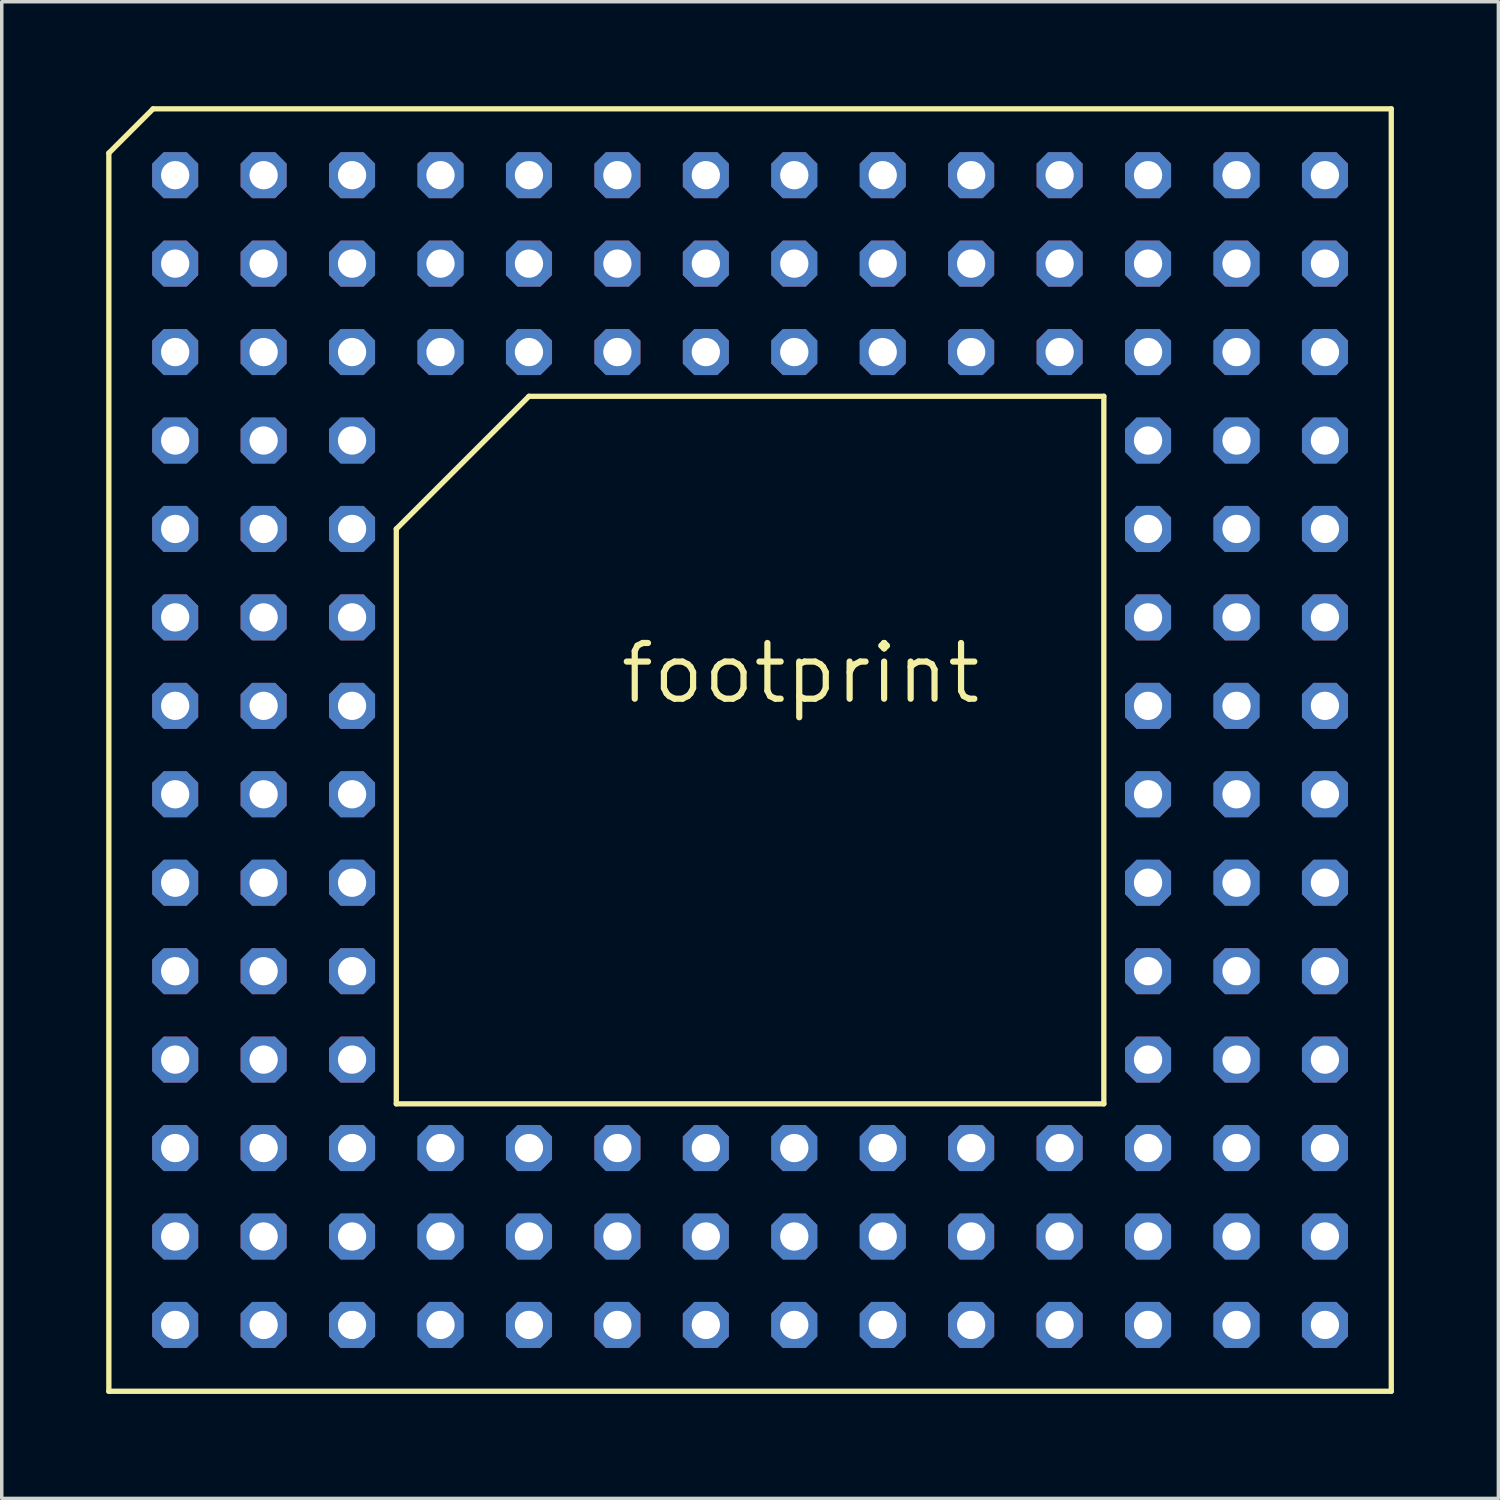
<source format=kicad_pcb>
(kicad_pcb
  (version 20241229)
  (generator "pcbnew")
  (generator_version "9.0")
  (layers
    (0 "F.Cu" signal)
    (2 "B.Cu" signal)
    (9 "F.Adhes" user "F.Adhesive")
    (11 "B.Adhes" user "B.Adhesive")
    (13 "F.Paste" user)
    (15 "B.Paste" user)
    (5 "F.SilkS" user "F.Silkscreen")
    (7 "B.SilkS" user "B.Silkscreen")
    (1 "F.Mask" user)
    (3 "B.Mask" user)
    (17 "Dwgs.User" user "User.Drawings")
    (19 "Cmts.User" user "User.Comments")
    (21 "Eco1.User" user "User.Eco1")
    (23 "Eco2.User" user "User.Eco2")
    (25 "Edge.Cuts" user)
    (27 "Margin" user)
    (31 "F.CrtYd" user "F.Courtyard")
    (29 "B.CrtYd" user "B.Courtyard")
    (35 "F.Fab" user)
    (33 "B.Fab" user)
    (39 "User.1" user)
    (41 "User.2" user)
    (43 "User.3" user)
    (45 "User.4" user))
  (footprint "footprint"
    (layer "F.Cu")
    (at 18.491 18.491)
    (property "Reference" "footprint" (at -3.81 -1.27 0) (layer "F.SilkS") (effects (font (size 1.6 1.6) (thickness 0.178)) (justify left bottom)))
    (fp_line (start -18.415 -17.145) (end -17.145 -18.415) (stroke (width 0.152) (type solid)) (layer "F.SilkS"))
    (fp_line (start -18.415 18.415) (end -18.415 -17.145) (stroke (width 0.152) (type solid)) (layer "F.SilkS"))
    (fp_line (start -17.145 -18.415) (end 18.415 -18.415) (stroke (width 0.152) (type solid)) (layer "F.SilkS"))
    (fp_line (start -10.16 -6.35) (end -10.16 10.16) (stroke (width 0.152) (type solid)) (layer "F.SilkS"))
    (fp_line (start -6.35 -10.16) (end -10.16 -6.35) (stroke (width 0.152) (type solid)) (layer "F.SilkS"))
    (fp_line (start 10.16 -10.16) (end -6.35 -10.16) (stroke (width 0.152) (type solid)) (layer "F.SilkS"))
    (fp_line (start 10.16 10.16) (end -10.16 10.16) (stroke (width 0.152) (type solid)) (layer "F.SilkS"))
    (fp_line (start 10.16 10.16) (end 10.16 -10.16) (stroke (width 0.152) (type solid)) (layer "F.SilkS"))
    (fp_line (start 18.415 -18.415) (end 18.415 18.415) (stroke (width 0.152) (type solid)) (layer "F.SilkS"))
    (fp_line (start 18.415 18.415) (end -18.415 18.415) (stroke (width 0.152) (type solid)) (layer "F.SilkS"))
    (pad "A01" thru_hole roundrect (at -16.51 -16.51 90) (size 1.321 1.321) (drill 0.813) (layers "*.Cu" "*.Mask") (roundrect_rratio 0.25) (chamfer_ratio 0.25) (chamfer top_left top_right bottom_left bottom_right))
    (pad "A02" thru_hole roundrect (at -13.97 -16.51 90) (size 1.321 1.321) (drill 0.813) (layers "*.Cu" "*.Mask") (roundrect_rratio 0.25) (chamfer_ratio 0.25) (chamfer top_left top_right bottom_left bottom_right))
    (pad "A03" thru_hole roundrect (at -11.43 -16.51 90) (size 1.321 1.321) (drill 0.813) (layers "*.Cu" "*.Mask") (roundrect_rratio 0.25) (chamfer_ratio 0.25) (chamfer top_left top_right bottom_left bottom_right))
    (pad "A04" thru_hole roundrect (at -8.89 -16.51 90) (size 1.321 1.321) (drill 0.813) (layers "*.Cu" "*.Mask") (roundrect_rratio 0.25) (chamfer_ratio 0.25) (chamfer top_left top_right bottom_left bottom_right))
    (pad "A05" thru_hole roundrect (at -6.35 -16.51 90) (size 1.321 1.321) (drill 0.813) (layers "*.Cu" "*.Mask") (roundrect_rratio 0.25) (chamfer_ratio 0.25) (chamfer top_left top_right bottom_left bottom_right))
    (pad "A06" thru_hole roundrect (at -3.81 -16.51 90) (size 1.321 1.321) (drill 0.813) (layers "*.Cu" "*.Mask") (roundrect_rratio 0.25) (chamfer_ratio 0.25) (chamfer top_left top_right bottom_left bottom_right))
    (pad "A07" thru_hole roundrect (at -1.27 -16.51 90) (size 1.321 1.321) (drill 0.813) (layers "*.Cu" "*.Mask") (roundrect_rratio 0.25) (chamfer_ratio 0.25) (chamfer top_left top_right bottom_left bottom_right))
    (pad "A08" thru_hole roundrect (at 1.27 -16.51 90) (size 1.321 1.321) (drill 0.813) (layers "*.Cu" "*.Mask") (roundrect_rratio 0.25) (chamfer_ratio 0.25) (chamfer top_left top_right bottom_left bottom_right))
    (pad "A09" thru_hole roundrect (at 3.81 -16.51 90) (size 1.321 1.321) (drill 0.813) (layers "*.Cu" "*.Mask") (roundrect_rratio 0.25) (chamfer_ratio 0.25) (chamfer top_left top_right bottom_left bottom_right))
    (pad "A10" thru_hole roundrect (at 6.35 -16.51 90) (size 1.321 1.321) (drill 0.813) (layers "*.Cu" "*.Mask") (roundrect_rratio 0.25) (chamfer_ratio 0.25) (chamfer top_left top_right bottom_left bottom_right))
    (pad "A11" thru_hole roundrect (at 8.89 -16.51 90) (size 1.321 1.321) (drill 0.813) (layers "*.Cu" "*.Mask") (roundrect_rratio 0.25) (chamfer_ratio 0.25) (chamfer top_left top_right bottom_left bottom_right))
    (pad "A12" thru_hole roundrect (at 11.43 -16.51 90) (size 1.321 1.321) (drill 0.813) (layers "*.Cu" "*.Mask") (roundrect_rratio 0.25) (chamfer_ratio 0.25) (chamfer top_left top_right bottom_left bottom_right))
    (pad "A13" thru_hole roundrect (at 13.97 -16.51 90) (size 1.321 1.321) (drill 0.813) (layers "*.Cu" "*.Mask") (roundrect_rratio 0.25) (chamfer_ratio 0.25) (chamfer top_left top_right bottom_left bottom_right))
    (pad "A14" thru_hole roundrect (at 16.51 -16.51 90) (size 1.321 1.321) (drill 0.813) (layers "*.Cu" "*.Mask") (roundrect_rratio 0.25) (chamfer_ratio 0.25) (chamfer top_left top_right bottom_left bottom_right))
    (pad "B01" thru_hole roundrect (at -16.51 -13.97 90) (size 1.321 1.321) (drill 0.813) (layers "*.Cu" "*.Mask") (roundrect_rratio 0.25) (chamfer_ratio 0.25) (chamfer top_left top_right bottom_left bottom_right))
    (pad "B02" thru_hole roundrect (at -13.97 -13.97 90) (size 1.321 1.321) (drill 0.813) (layers "*.Cu" "*.Mask") (roundrect_rratio 0.25) (chamfer_ratio 0.25) (chamfer top_left top_right bottom_left bottom_right))
    (pad "B03" thru_hole roundrect (at -11.43 -13.97 90) (size 1.321 1.321) (drill 0.813) (layers "*.Cu" "*.Mask") (roundrect_rratio 0.25) (chamfer_ratio 0.25) (chamfer top_left top_right bottom_left bottom_right))
    (pad "B04" thru_hole roundrect (at -8.89 -13.97 90) (size 1.321 1.321) (drill 0.813) (layers "*.Cu" "*.Mask") (roundrect_rratio 0.25) (chamfer_ratio 0.25) (chamfer top_left top_right bottom_left bottom_right))
    (pad "B05" thru_hole roundrect (at -6.35 -13.97 90) (size 1.321 1.321) (drill 0.813) (layers "*.Cu" "*.Mask") (roundrect_rratio 0.25) (chamfer_ratio 0.25) (chamfer top_left top_right bottom_left bottom_right))
    (pad "B06" thru_hole roundrect (at -3.81 -13.97 90) (size 1.321 1.321) (drill 0.813) (layers "*.Cu" "*.Mask") (roundrect_rratio 0.25) (chamfer_ratio 0.25) (chamfer top_left top_right bottom_left bottom_right))
    (pad "B07" thru_hole roundrect (at -1.27 -13.97 90) (size 1.321 1.321) (drill 0.813) (layers "*.Cu" "*.Mask") (roundrect_rratio 0.25) (chamfer_ratio 0.25) (chamfer top_left top_right bottom_left bottom_right))
    (pad "B08" thru_hole roundrect (at 1.27 -13.97 90) (size 1.321 1.321) (drill 0.813) (layers "*.Cu" "*.Mask") (roundrect_rratio 0.25) (chamfer_ratio 0.25) (chamfer top_left top_right bottom_left bottom_right))
    (pad "B09" thru_hole roundrect (at 3.81 -13.97 90) (size 1.321 1.321) (drill 0.813) (layers "*.Cu" "*.Mask") (roundrect_rratio 0.25) (chamfer_ratio 0.25) (chamfer top_left top_right bottom_left bottom_right))
    (pad "B10" thru_hole roundrect (at 6.35 -13.97 90) (size 1.321 1.321) (drill 0.813) (layers "*.Cu" "*.Mask") (roundrect_rratio 0.25) (chamfer_ratio 0.25) (chamfer top_left top_right bottom_left bottom_right))
    (pad "B11" thru_hole roundrect (at 8.89 -13.97 90) (size 1.321 1.321) (drill 0.813) (layers "*.Cu" "*.Mask") (roundrect_rratio 0.25) (chamfer_ratio 0.25) (chamfer top_left top_right bottom_left bottom_right))
    (pad "B12" thru_hole roundrect (at 11.43 -13.97 90) (size 1.321 1.321) (drill 0.813) (layers "*.Cu" "*.Mask") (roundrect_rratio 0.25) (chamfer_ratio 0.25) (chamfer top_left top_right bottom_left bottom_right))
    (pad "B13" thru_hole roundrect (at 13.97 -13.97 90) (size 1.321 1.321) (drill 0.813) (layers "*.Cu" "*.Mask") (roundrect_rratio 0.25) (chamfer_ratio 0.25) (chamfer top_left top_right bottom_left bottom_right))
    (pad "B14" thru_hole roundrect (at 16.51 -13.97 90) (size 1.321 1.321) (drill 0.813) (layers "*.Cu" "*.Mask") (roundrect_rratio 0.25) (chamfer_ratio 0.25) (chamfer top_left top_right bottom_left bottom_right))
    (pad "C01" thru_hole roundrect (at -16.51 -11.43 90) (size 1.321 1.321) (drill 0.813) (layers "*.Cu" "*.Mask") (roundrect_rratio 0.25) (chamfer_ratio 0.25) (chamfer top_left top_right bottom_left bottom_right))
    (pad "C02" thru_hole roundrect (at -13.97 -11.43 90) (size 1.321 1.321) (drill 0.813) (layers "*.Cu" "*.Mask") (roundrect_rratio 0.25) (chamfer_ratio 0.25) (chamfer top_left top_right bottom_left bottom_right))
    (pad "C03" thru_hole roundrect (at -11.43 -11.43 90) (size 1.321 1.321) (drill 0.813) (layers "*.Cu" "*.Mask") (roundrect_rratio 0.25) (chamfer_ratio 0.25) (chamfer top_left top_right bottom_left bottom_right))
    (pad "C04" thru_hole roundrect (at -8.89 -11.43 90) (size 1.321 1.321) (drill 0.813) (layers "*.Cu" "*.Mask") (roundrect_rratio 0.25) (chamfer_ratio 0.25) (chamfer top_left top_right bottom_left bottom_right))
    (pad "C05" thru_hole roundrect (at -6.35 -11.43 90) (size 1.321 1.321) (drill 0.813) (layers "*.Cu" "*.Mask") (roundrect_rratio 0.25) (chamfer_ratio 0.25) (chamfer top_left top_right bottom_left bottom_right))
    (pad "C06" thru_hole roundrect (at -3.81 -11.43 90) (size 1.321 1.321) (drill 0.813) (layers "*.Cu" "*.Mask") (roundrect_rratio 0.25) (chamfer_ratio 0.25) (chamfer top_left top_right bottom_left bottom_right))
    (pad "C07" thru_hole roundrect (at -1.27 -11.43 90) (size 1.321 1.321) (drill 0.813) (layers "*.Cu" "*.Mask") (roundrect_rratio 0.25) (chamfer_ratio 0.25) (chamfer top_left top_right bottom_left bottom_right))
    (pad "C08" thru_hole roundrect (at 1.27 -11.43 90) (size 1.321 1.321) (drill 0.813) (layers "*.Cu" "*.Mask") (roundrect_rratio 0.25) (chamfer_ratio 0.25) (chamfer top_left top_right bottom_left bottom_right))
    (pad "C09" thru_hole roundrect (at 3.81 -11.43 90) (size 1.321 1.321) (drill 0.813) (layers "*.Cu" "*.Mask") (roundrect_rratio 0.25) (chamfer_ratio 0.25) (chamfer top_left top_right bottom_left bottom_right))
    (pad "C10" thru_hole roundrect (at 6.35 -11.43 90) (size 1.321 1.321) (drill 0.813) (layers "*.Cu" "*.Mask") (roundrect_rratio 0.25) (chamfer_ratio 0.25) (chamfer top_left top_right bottom_left bottom_right))
    (pad "C11" thru_hole roundrect (at 8.89 -11.43 90) (size 1.321 1.321) (drill 0.813) (layers "*.Cu" "*.Mask") (roundrect_rratio 0.25) (chamfer_ratio 0.25) (chamfer top_left top_right bottom_left bottom_right))
    (pad "C12" thru_hole roundrect (at 11.43 -11.43 90) (size 1.321 1.321) (drill 0.813) (layers "*.Cu" "*.Mask") (roundrect_rratio 0.25) (chamfer_ratio 0.25) (chamfer top_left top_right bottom_left bottom_right))
    (pad "C13" thru_hole roundrect (at 13.97 -11.43 90) (size 1.321 1.321) (drill 0.813) (layers "*.Cu" "*.Mask") (roundrect_rratio 0.25) (chamfer_ratio 0.25) (chamfer top_left top_right bottom_left bottom_right))
    (pad "C14" thru_hole roundrect (at 16.51 -11.43 90) (size 1.321 1.321) (drill 0.813) (layers "*.Cu" "*.Mask") (roundrect_rratio 0.25) (chamfer_ratio 0.25) (chamfer top_left top_right bottom_left bottom_right))
    (pad "D01" thru_hole roundrect (at -16.51 -8.89 90) (size 1.321 1.321) (drill 0.813) (layers "*.Cu" "*.Mask") (roundrect_rratio 0.25) (chamfer_ratio 0.25) (chamfer top_left top_right bottom_left bottom_right))
    (pad "D02" thru_hole roundrect (at -13.97 -8.89 90) (size 1.321 1.321) (drill 0.813) (layers "*.Cu" "*.Mask") (roundrect_rratio 0.25) (chamfer_ratio 0.25) (chamfer top_left top_right bottom_left bottom_right))
    (pad "D03" thru_hole roundrect (at -11.43 -8.89 90) (size 1.321 1.321) (drill 0.813) (layers "*.Cu" "*.Mask") (roundrect_rratio 0.25) (chamfer_ratio 0.25) (chamfer top_left top_right bottom_left bottom_right))
    (pad "D12" thru_hole roundrect (at 11.43 -8.89 90) (size 1.321 1.321) (drill 0.813) (layers "*.Cu" "*.Mask") (roundrect_rratio 0.25) (chamfer_ratio 0.25) (chamfer top_left top_right bottom_left bottom_right))
    (pad "D13" thru_hole roundrect (at 13.97 -8.89 90) (size 1.321 1.321) (drill 0.813) (layers "*.Cu" "*.Mask") (roundrect_rratio 0.25) (chamfer_ratio 0.25) (chamfer top_left top_right bottom_left bottom_right))
    (pad "D14" thru_hole roundrect (at 16.51 -8.89 90) (size 1.321 1.321) (drill 0.813) (layers "*.Cu" "*.Mask") (roundrect_rratio 0.25) (chamfer_ratio 0.25) (chamfer top_left top_right bottom_left bottom_right))
    (pad "E01" thru_hole roundrect (at -16.51 -6.35 90) (size 1.321 1.321) (drill 0.813) (layers "*.Cu" "*.Mask") (roundrect_rratio 0.25) (chamfer_ratio 0.25) (chamfer top_left top_right bottom_left bottom_right))
    (pad "E02" thru_hole roundrect (at -13.97 -6.35 90) (size 1.321 1.321) (drill 0.813) (layers "*.Cu" "*.Mask") (roundrect_rratio 0.25) (chamfer_ratio 0.25) (chamfer top_left top_right bottom_left bottom_right))
    (pad "E03" thru_hole roundrect (at -11.43 -6.35 90) (size 1.321 1.321) (drill 0.813) (layers "*.Cu" "*.Mask") (roundrect_rratio 0.25) (chamfer_ratio 0.25) (chamfer top_left top_right bottom_left bottom_right))
    (pad "E12" thru_hole roundrect (at 11.43 -6.35 90) (size 1.321 1.321) (drill 0.813) (layers "*.Cu" "*.Mask") (roundrect_rratio 0.25) (chamfer_ratio 0.25) (chamfer top_left top_right bottom_left bottom_right))
    (pad "E13" thru_hole roundrect (at 13.97 -6.35 90) (size 1.321 1.321) (drill 0.813) (layers "*.Cu" "*.Mask") (roundrect_rratio 0.25) (chamfer_ratio 0.25) (chamfer top_left top_right bottom_left bottom_right))
    (pad "E14" thru_hole roundrect (at 16.51 -6.35 90) (size 1.321 1.321) (drill 0.813) (layers "*.Cu" "*.Mask") (roundrect_rratio 0.25) (chamfer_ratio 0.25) (chamfer top_left top_right bottom_left bottom_right))
    (pad "F01" thru_hole roundrect (at -16.51 -3.81 90) (size 1.321 1.321) (drill 0.813) (layers "*.Cu" "*.Mask") (roundrect_rratio 0.25) (chamfer_ratio 0.25) (chamfer top_left top_right bottom_left bottom_right))
    (pad "F02" thru_hole roundrect (at -13.97 -3.81 90) (size 1.321 1.321) (drill 0.813) (layers "*.Cu" "*.Mask") (roundrect_rratio 0.25) (chamfer_ratio 0.25) (chamfer top_left top_right bottom_left bottom_right))
    (pad "F03" thru_hole roundrect (at -11.43 -3.81 90) (size 1.321 1.321) (drill 0.813) (layers "*.Cu" "*.Mask") (roundrect_rratio 0.25) (chamfer_ratio 0.25) (chamfer top_left top_right bottom_left bottom_right))
    (pad "F12" thru_hole roundrect (at 11.43 -3.81 90) (size 1.321 1.321) (drill 0.813) (layers "*.Cu" "*.Mask") (roundrect_rratio 0.25) (chamfer_ratio 0.25) (chamfer top_left top_right bottom_left bottom_right))
    (pad "F13" thru_hole roundrect (at 13.97 -3.81 90) (size 1.321 1.321) (drill 0.813) (layers "*.Cu" "*.Mask") (roundrect_rratio 0.25) (chamfer_ratio 0.25) (chamfer top_left top_right bottom_left bottom_right))
    (pad "F14" thru_hole roundrect (at 16.51 -3.81 90) (size 1.321 1.321) (drill 0.813) (layers "*.Cu" "*.Mask") (roundrect_rratio 0.25) (chamfer_ratio 0.25) (chamfer top_left top_right bottom_left bottom_right))
    (pad "G01" thru_hole roundrect (at -16.51 -1.27 90) (size 1.321 1.321) (drill 0.813) (layers "*.Cu" "*.Mask") (roundrect_rratio 0.25) (chamfer_ratio 0.25) (chamfer top_left top_right bottom_left bottom_right))
    (pad "G02" thru_hole roundrect (at -13.97 -1.27 90) (size 1.321 1.321) (drill 0.813) (layers "*.Cu" "*.Mask") (roundrect_rratio 0.25) (chamfer_ratio 0.25) (chamfer top_left top_right bottom_left bottom_right))
    (pad "G03" thru_hole roundrect (at -11.43 -1.27 90) (size 1.321 1.321) (drill 0.813) (layers "*.Cu" "*.Mask") (roundrect_rratio 0.25) (chamfer_ratio 0.25) (chamfer top_left top_right bottom_left bottom_right))
    (pad "G12" thru_hole roundrect (at 11.43 -1.27 90) (size 1.321 1.321) (drill 0.813) (layers "*.Cu" "*.Mask") (roundrect_rratio 0.25) (chamfer_ratio 0.25) (chamfer top_left top_right bottom_left bottom_right))
    (pad "G13" thru_hole roundrect (at 13.97 -1.27 90) (size 1.321 1.321) (drill 0.813) (layers "*.Cu" "*.Mask") (roundrect_rratio 0.25) (chamfer_ratio 0.25) (chamfer top_left top_right bottom_left bottom_right))
    (pad "G14" thru_hole roundrect (at 16.51 -1.27 90) (size 1.321 1.321) (drill 0.813) (layers "*.Cu" "*.Mask") (roundrect_rratio 0.25) (chamfer_ratio 0.25) (chamfer top_left top_right bottom_left bottom_right))
    (pad "H01" thru_hole roundrect (at -16.51 1.27 90) (size 1.321 1.321) (drill 0.813) (layers "*.Cu" "*.Mask") (roundrect_rratio 0.25) (chamfer_ratio 0.25) (chamfer top_left top_right bottom_left bottom_right))
    (pad "H02" thru_hole roundrect (at -13.97 1.27 90) (size 1.321 1.321) (drill 0.813) (layers "*.Cu" "*.Mask") (roundrect_rratio 0.25) (chamfer_ratio 0.25) (chamfer top_left top_right bottom_left bottom_right))
    (pad "H03" thru_hole roundrect (at -11.43 1.27 90) (size 1.321 1.321) (drill 0.813) (layers "*.Cu" "*.Mask") (roundrect_rratio 0.25) (chamfer_ratio 0.25) (chamfer top_left top_right bottom_left bottom_right))
    (pad "H12" thru_hole roundrect (at 11.43 1.27 90) (size 1.321 1.321) (drill 0.813) (layers "*.Cu" "*.Mask") (roundrect_rratio 0.25) (chamfer_ratio 0.25) (chamfer top_left top_right bottom_left bottom_right))
    (pad "H13" thru_hole roundrect (at 13.97 1.27 90) (size 1.321 1.321) (drill 0.813) (layers "*.Cu" "*.Mask") (roundrect_rratio 0.25) (chamfer_ratio 0.25) (chamfer top_left top_right bottom_left bottom_right))
    (pad "H14" thru_hole roundrect (at 16.51 1.27 90) (size 1.321 1.321) (drill 0.813) (layers "*.Cu" "*.Mask") (roundrect_rratio 0.25) (chamfer_ratio 0.25) (chamfer top_left top_right bottom_left bottom_right))
    (pad "J01" thru_hole roundrect (at -16.51 3.81 90) (size 1.321 1.321) (drill 0.813) (layers "*.Cu" "*.Mask") (roundrect_rratio 0.25) (chamfer_ratio 0.25) (chamfer top_left top_right bottom_left bottom_right))
    (pad "J02" thru_hole roundrect (at -13.97 3.81 90) (size 1.321 1.321) (drill 0.813) (layers "*.Cu" "*.Mask") (roundrect_rratio 0.25) (chamfer_ratio 0.25) (chamfer top_left top_right bottom_left bottom_right))
    (pad "J03" thru_hole roundrect (at -11.43 3.81 90) (size 1.321 1.321) (drill 0.813) (layers "*.Cu" "*.Mask") (roundrect_rratio 0.25) (chamfer_ratio 0.25) (chamfer top_left top_right bottom_left bottom_right))
    (pad "J12" thru_hole roundrect (at 11.43 3.81 90) (size 1.321 1.321) (drill 0.813) (layers "*.Cu" "*.Mask") (roundrect_rratio 0.25) (chamfer_ratio 0.25) (chamfer top_left top_right bottom_left bottom_right))
    (pad "J13" thru_hole roundrect (at 13.97 3.81 90) (size 1.321 1.321) (drill 0.813) (layers "*.Cu" "*.Mask") (roundrect_rratio 0.25) (chamfer_ratio 0.25) (chamfer top_left top_right bottom_left bottom_right))
    (pad "J14" thru_hole roundrect (at 16.51 3.81 90) (size 1.321 1.321) (drill 0.813) (layers "*.Cu" "*.Mask") (roundrect_rratio 0.25) (chamfer_ratio 0.25) (chamfer top_left top_right bottom_left bottom_right))
    (pad "K01" thru_hole roundrect (at -16.51 6.35 90) (size 1.321 1.321) (drill 0.813) (layers "*.Cu" "*.Mask") (roundrect_rratio 0.25) (chamfer_ratio 0.25) (chamfer top_left top_right bottom_left bottom_right))
    (pad "K02" thru_hole roundrect (at -13.97 6.35 90) (size 1.321 1.321) (drill 0.813) (layers "*.Cu" "*.Mask") (roundrect_rratio 0.25) (chamfer_ratio 0.25) (chamfer top_left top_right bottom_left bottom_right))
    (pad "K03" thru_hole roundrect (at -11.43 6.35 90) (size 1.321 1.321) (drill 0.813) (layers "*.Cu" "*.Mask") (roundrect_rratio 0.25) (chamfer_ratio 0.25) (chamfer top_left top_right bottom_left bottom_right))
    (pad "K12" thru_hole roundrect (at 11.43 6.35 90) (size 1.321 1.321) (drill 0.813) (layers "*.Cu" "*.Mask") (roundrect_rratio 0.25) (chamfer_ratio 0.25) (chamfer top_left top_right bottom_left bottom_right))
    (pad "K13" thru_hole roundrect (at 13.97 6.35 90) (size 1.321 1.321) (drill 0.813) (layers "*.Cu" "*.Mask") (roundrect_rratio 0.25) (chamfer_ratio 0.25) (chamfer top_left top_right bottom_left bottom_right))
    (pad "K14" thru_hole roundrect (at 16.51 6.35 90) (size 1.321 1.321) (drill 0.813) (layers "*.Cu" "*.Mask") (roundrect_rratio 0.25) (chamfer_ratio 0.25) (chamfer top_left top_right bottom_left bottom_right))
    (pad "L01" thru_hole roundrect (at -16.51 8.89 90) (size 1.321 1.321) (drill 0.813) (layers "*.Cu" "*.Mask") (roundrect_rratio 0.25) (chamfer_ratio 0.25) (chamfer top_left top_right bottom_left bottom_right))
    (pad "L02" thru_hole roundrect (at -13.97 8.89 90) (size 1.321 1.321) (drill 0.813) (layers "*.Cu" "*.Mask") (roundrect_rratio 0.25) (chamfer_ratio 0.25) (chamfer top_left top_right bottom_left bottom_right))
    (pad "L03" thru_hole roundrect (at -11.43 8.89 90) (size 1.321 1.321) (drill 0.813) (layers "*.Cu" "*.Mask") (roundrect_rratio 0.25) (chamfer_ratio 0.25) (chamfer top_left top_right bottom_left bottom_right))
    (pad "L12" thru_hole roundrect (at 11.43 8.89 90) (size 1.321 1.321) (drill 0.813) (layers "*.Cu" "*.Mask") (roundrect_rratio 0.25) (chamfer_ratio 0.25) (chamfer top_left top_right bottom_left bottom_right))
    (pad "L13" thru_hole roundrect (at 13.97 8.89 90) (size 1.321 1.321) (drill 0.813) (layers "*.Cu" "*.Mask") (roundrect_rratio 0.25) (chamfer_ratio 0.25) (chamfer top_left top_right bottom_left bottom_right))
    (pad "L14" thru_hole roundrect (at 16.51 8.89 90) (size 1.321 1.321) (drill 0.813) (layers "*.Cu" "*.Mask") (roundrect_rratio 0.25) (chamfer_ratio 0.25) (chamfer top_left top_right bottom_left bottom_right))
    (pad "M01" thru_hole roundrect (at -16.51 11.43 90) (size 1.321 1.321) (drill 0.813) (layers "*.Cu" "*.Mask") (roundrect_rratio 0.25) (chamfer_ratio 0.25) (chamfer top_left top_right bottom_left bottom_right))
    (pad "M02" thru_hole roundrect (at -13.97 11.43 90) (size 1.321 1.321) (drill 0.813) (layers "*.Cu" "*.Mask") (roundrect_rratio 0.25) (chamfer_ratio 0.25) (chamfer top_left top_right bottom_left bottom_right))
    (pad "M03" thru_hole roundrect (at -11.43 11.43 90) (size 1.321 1.321) (drill 0.813) (layers "*.Cu" "*.Mask") (roundrect_rratio 0.25) (chamfer_ratio 0.25) (chamfer top_left top_right bottom_left bottom_right))
    (pad "M04" thru_hole roundrect (at -8.89 11.43 90) (size 1.321 1.321) (drill 0.813) (layers "*.Cu" "*.Mask") (roundrect_rratio 0.25) (chamfer_ratio 0.25) (chamfer top_left top_right bottom_left bottom_right))
    (pad "M05" thru_hole roundrect (at -6.35 11.43 90) (size 1.321 1.321) (drill 0.813) (layers "*.Cu" "*.Mask") (roundrect_rratio 0.25) (chamfer_ratio 0.25) (chamfer top_left top_right bottom_left bottom_right))
    (pad "M06" thru_hole roundrect (at -3.81 11.43 90) (size 1.321 1.321) (drill 0.813) (layers "*.Cu" "*.Mask") (roundrect_rratio 0.25) (chamfer_ratio 0.25) (chamfer top_left top_right bottom_left bottom_right))
    (pad "M07" thru_hole roundrect (at -1.27 11.43 90) (size 1.321 1.321) (drill 0.813) (layers "*.Cu" "*.Mask") (roundrect_rratio 0.25) (chamfer_ratio 0.25) (chamfer top_left top_right bottom_left bottom_right))
    (pad "M08" thru_hole roundrect (at 1.27 11.43 90) (size 1.321 1.321) (drill 0.813) (layers "*.Cu" "*.Mask") (roundrect_rratio 0.25) (chamfer_ratio 0.25) (chamfer top_left top_right bottom_left bottom_right))
    (pad "M09" thru_hole roundrect (at 3.81 11.43 90) (size 1.321 1.321) (drill 0.813) (layers "*.Cu" "*.Mask") (roundrect_rratio 0.25) (chamfer_ratio 0.25) (chamfer top_left top_right bottom_left bottom_right))
    (pad "M10" thru_hole roundrect (at 6.35 11.43 90) (size 1.321 1.321) (drill 0.813) (layers "*.Cu" "*.Mask") (roundrect_rratio 0.25) (chamfer_ratio 0.25) (chamfer top_left top_right bottom_left bottom_right))
    (pad "M11" thru_hole roundrect (at 8.89 11.43 90) (size 1.321 1.321) (drill 0.813) (layers "*.Cu" "*.Mask") (roundrect_rratio 0.25) (chamfer_ratio 0.25) (chamfer top_left top_right bottom_left bottom_right))
    (pad "M12" thru_hole roundrect (at 11.43 11.43 90) (size 1.321 1.321) (drill 0.813) (layers "*.Cu" "*.Mask") (roundrect_rratio 0.25) (chamfer_ratio 0.25) (chamfer top_left top_right bottom_left bottom_right))
    (pad "M13" thru_hole roundrect (at 13.97 11.43 90) (size 1.321 1.321) (drill 0.813) (layers "*.Cu" "*.Mask") (roundrect_rratio 0.25) (chamfer_ratio 0.25) (chamfer top_left top_right bottom_left bottom_right))
    (pad "M14" thru_hole roundrect (at 16.51 11.43 90) (size 1.321 1.321) (drill 0.813) (layers "*.Cu" "*.Mask") (roundrect_rratio 0.25) (chamfer_ratio 0.25) (chamfer top_left top_right bottom_left bottom_right))
    (pad "N01" thru_hole roundrect (at -16.51 13.97 90) (size 1.321 1.321) (drill 0.813) (layers "*.Cu" "*.Mask") (roundrect_rratio 0.25) (chamfer_ratio 0.25) (chamfer top_left top_right bottom_left bottom_right))
    (pad "N02" thru_hole roundrect (at -13.97 13.97 90) (size 1.321 1.321) (drill 0.813) (layers "*.Cu" "*.Mask") (roundrect_rratio 0.25) (chamfer_ratio 0.25) (chamfer top_left top_right bottom_left bottom_right))
    (pad "N03" thru_hole roundrect (at -11.43 13.97 90) (size 1.321 1.321) (drill 0.813) (layers "*.Cu" "*.Mask") (roundrect_rratio 0.25) (chamfer_ratio 0.25) (chamfer top_left top_right bottom_left bottom_right))
    (pad "N04" thru_hole roundrect (at -8.89 13.97 90) (size 1.321 1.321) (drill 0.813) (layers "*.Cu" "*.Mask") (roundrect_rratio 0.25) (chamfer_ratio 0.25) (chamfer top_left top_right bottom_left bottom_right))
    (pad "N05" thru_hole roundrect (at -6.35 13.97 90) (size 1.321 1.321) (drill 0.813) (layers "*.Cu" "*.Mask") (roundrect_rratio 0.25) (chamfer_ratio 0.25) (chamfer top_left top_right bottom_left bottom_right))
    (pad "N06" thru_hole roundrect (at -3.81 13.97 90) (size 1.321 1.321) (drill 0.813) (layers "*.Cu" "*.Mask") (roundrect_rratio 0.25) (chamfer_ratio 0.25) (chamfer top_left top_right bottom_left bottom_right))
    (pad "N07" thru_hole roundrect (at -1.27 13.97 90) (size 1.321 1.321) (drill 0.813) (layers "*.Cu" "*.Mask") (roundrect_rratio 0.25) (chamfer_ratio 0.25) (chamfer top_left top_right bottom_left bottom_right))
    (pad "N08" thru_hole roundrect (at 1.27 13.97 90) (size 1.321 1.321) (drill 0.813) (layers "*.Cu" "*.Mask") (roundrect_rratio 0.25) (chamfer_ratio 0.25) (chamfer top_left top_right bottom_left bottom_right))
    (pad "N09" thru_hole roundrect (at 3.81 13.97 90) (size 1.321 1.321) (drill 0.813) (layers "*.Cu" "*.Mask") (roundrect_rratio 0.25) (chamfer_ratio 0.25) (chamfer top_left top_right bottom_left bottom_right))
    (pad "N10" thru_hole roundrect (at 6.35 13.97 90) (size 1.321 1.321) (drill 0.813) (layers "*.Cu" "*.Mask") (roundrect_rratio 0.25) (chamfer_ratio 0.25) (chamfer top_left top_right bottom_left bottom_right))
    (pad "N11" thru_hole roundrect (at 8.89 13.97 90) (size 1.321 1.321) (drill 0.813) (layers "*.Cu" "*.Mask") (roundrect_rratio 0.25) (chamfer_ratio 0.25) (chamfer top_left top_right bottom_left bottom_right))
    (pad "N12" thru_hole roundrect (at 11.43 13.97 90) (size 1.321 1.321) (drill 0.813) (layers "*.Cu" "*.Mask") (roundrect_rratio 0.25) (chamfer_ratio 0.25) (chamfer top_left top_right bottom_left bottom_right))
    (pad "N13" thru_hole roundrect (at 13.97 13.97 90) (size 1.321 1.321) (drill 0.813) (layers "*.Cu" "*.Mask") (roundrect_rratio 0.25) (chamfer_ratio 0.25) (chamfer top_left top_right bottom_left bottom_right))
    (pad "N14" thru_hole roundrect (at 16.51 13.97 90) (size 1.321 1.321) (drill 0.813) (layers "*.Cu" "*.Mask") (roundrect_rratio 0.25) (chamfer_ratio 0.25) (chamfer top_left top_right bottom_left bottom_right))
    (pad "P01" thru_hole roundrect (at -16.51 16.51 90) (size 1.321 1.321) (drill 0.813) (layers "*.Cu" "*.Mask") (roundrect_rratio 0.25) (chamfer_ratio 0.25) (chamfer top_left top_right bottom_left bottom_right))
    (pad "P02" thru_hole roundrect (at -13.97 16.51 90) (size 1.321 1.321) (drill 0.813) (layers "*.Cu" "*.Mask") (roundrect_rratio 0.25) (chamfer_ratio 0.25) (chamfer top_left top_right bottom_left bottom_right))
    (pad "P03" thru_hole roundrect (at -11.43 16.51 90) (size 1.321 1.321) (drill 0.813) (layers "*.Cu" "*.Mask") (roundrect_rratio 0.25) (chamfer_ratio 0.25) (chamfer top_left top_right bottom_left bottom_right))
    (pad "P04" thru_hole roundrect (at -8.89 16.51 90) (size 1.321 1.321) (drill 0.813) (layers "*.Cu" "*.Mask") (roundrect_rratio 0.25) (chamfer_ratio 0.25) (chamfer top_left top_right bottom_left bottom_right))
    (pad "P05" thru_hole roundrect (at -6.35 16.51 90) (size 1.321 1.321) (drill 0.813) (layers "*.Cu" "*.Mask") (roundrect_rratio 0.25) (chamfer_ratio 0.25) (chamfer top_left top_right bottom_left bottom_right))
    (pad "P06" thru_hole roundrect (at -3.81 16.51 90) (size 1.321 1.321) (drill 0.813) (layers "*.Cu" "*.Mask") (roundrect_rratio 0.25) (chamfer_ratio 0.25) (chamfer top_left top_right bottom_left bottom_right))
    (pad "P07" thru_hole roundrect (at -1.27 16.51 90) (size 1.321 1.321) (drill 0.813) (layers "*.Cu" "*.Mask") (roundrect_rratio 0.25) (chamfer_ratio 0.25) (chamfer top_left top_right bottom_left bottom_right))
    (pad "P08" thru_hole roundrect (at 1.27 16.51 90) (size 1.321 1.321) (drill 0.813) (layers "*.Cu" "*.Mask") (roundrect_rratio 0.25) (chamfer_ratio 0.25) (chamfer top_left top_right bottom_left bottom_right))
    (pad "P09" thru_hole roundrect (at 3.81 16.51 90) (size 1.321 1.321) (drill 0.813) (layers "*.Cu" "*.Mask") (roundrect_rratio 0.25) (chamfer_ratio 0.25) (chamfer top_left top_right bottom_left bottom_right))
    (pad "P10" thru_hole roundrect (at 6.35 16.51 90) (size 1.321 1.321) (drill 0.813) (layers "*.Cu" "*.Mask") (roundrect_rratio 0.25) (chamfer_ratio 0.25) (chamfer top_left top_right bottom_left bottom_right))
    (pad "P11" thru_hole roundrect (at 8.89 16.51 90) (size 1.321 1.321) (drill 0.813) (layers "*.Cu" "*.Mask") (roundrect_rratio 0.25) (chamfer_ratio 0.25) (chamfer top_left top_right bottom_left bottom_right))
    (pad "P12" thru_hole roundrect (at 11.43 16.51 90) (size 1.321 1.321) (drill 0.813) (layers "*.Cu" "*.Mask") (roundrect_rratio 0.25) (chamfer_ratio 0.25) (chamfer top_left top_right bottom_left bottom_right))
    (pad "P13" thru_hole roundrect (at 13.97 16.51 90) (size 1.321 1.321) (drill 0.813) (layers "*.Cu" "*.Mask") (roundrect_rratio 0.25) (chamfer_ratio 0.25) (chamfer top_left top_right bottom_left bottom_right))
    (pad "P14" thru_hole roundrect (at 16.51 16.51 90) (size 1.321 1.321) (drill 0.813) (layers "*.Cu" "*.Mask") (roundrect_rratio 0.25) (chamfer_ratio 0.25) (chamfer top_left top_right bottom_left bottom_right)))
  (gr_rect
    (start -3 -3)
    (end 39.982 39.982)
    (stroke (width 0.1) (type default))
    (fill no)
    (layer "Edge.Cuts")))
</source>
